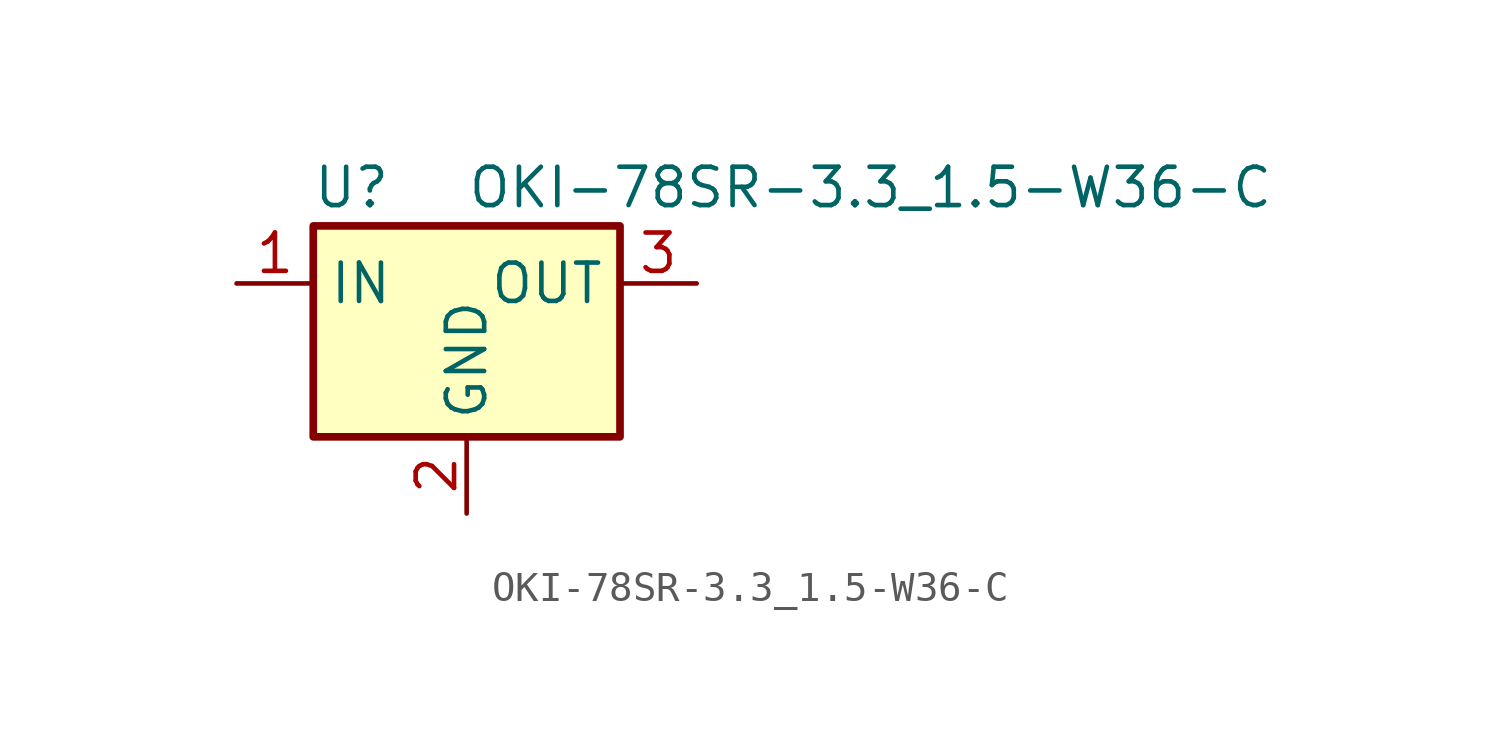
<source format=kicad_sym>
(kicad_symbol_lib
  (version 20211014)
  (generator kicad_symbol_editor)
  (symbol "OKI-78SR-3.3_1.5-W36-C"
    (property "Reference" "U"
      (at -3.81 3.175 0)
      (effects (font (size 1.27 1.27))))
    (property "Value" "OKI-78SR-3.3_1.5-W36-C"
      (at 0 3.175 0)
      (effects (font (size 1.27 1.27)) (justify left)))
    (symbol "OKI-78SR-3.3_1.5-W36-C_0_1"
      (rectangle (start -5.08 1.905) (end 5.08 -5.08) (stroke (width 0.254) (type default) (color 0 0 0 0)) (fill (type background))))
    (symbol "OKI-78SR-3.3_1.5-W36-C_1_1"
      (pin power_in line (at -7.62 0 0) (length 2.54) (name "IN" (effects (font (size 1.27 1.27)))) (number "1" (effects (font (size 1.27 1.27)))))
      (pin power_in line (at 0 -7.62 90) (length 2.54) (name "GND" (effects (font (size 1.27 1.27)))) (number "2" (effects (font (size 1.27 1.27)))))
      (pin power_out line (at 7.62 0 180) (length 2.54) (name "OUT" (effects (font (size 1.27 1.27)))) (number "3" (effects (font (size 1.27 1.27))))))))
</source>
